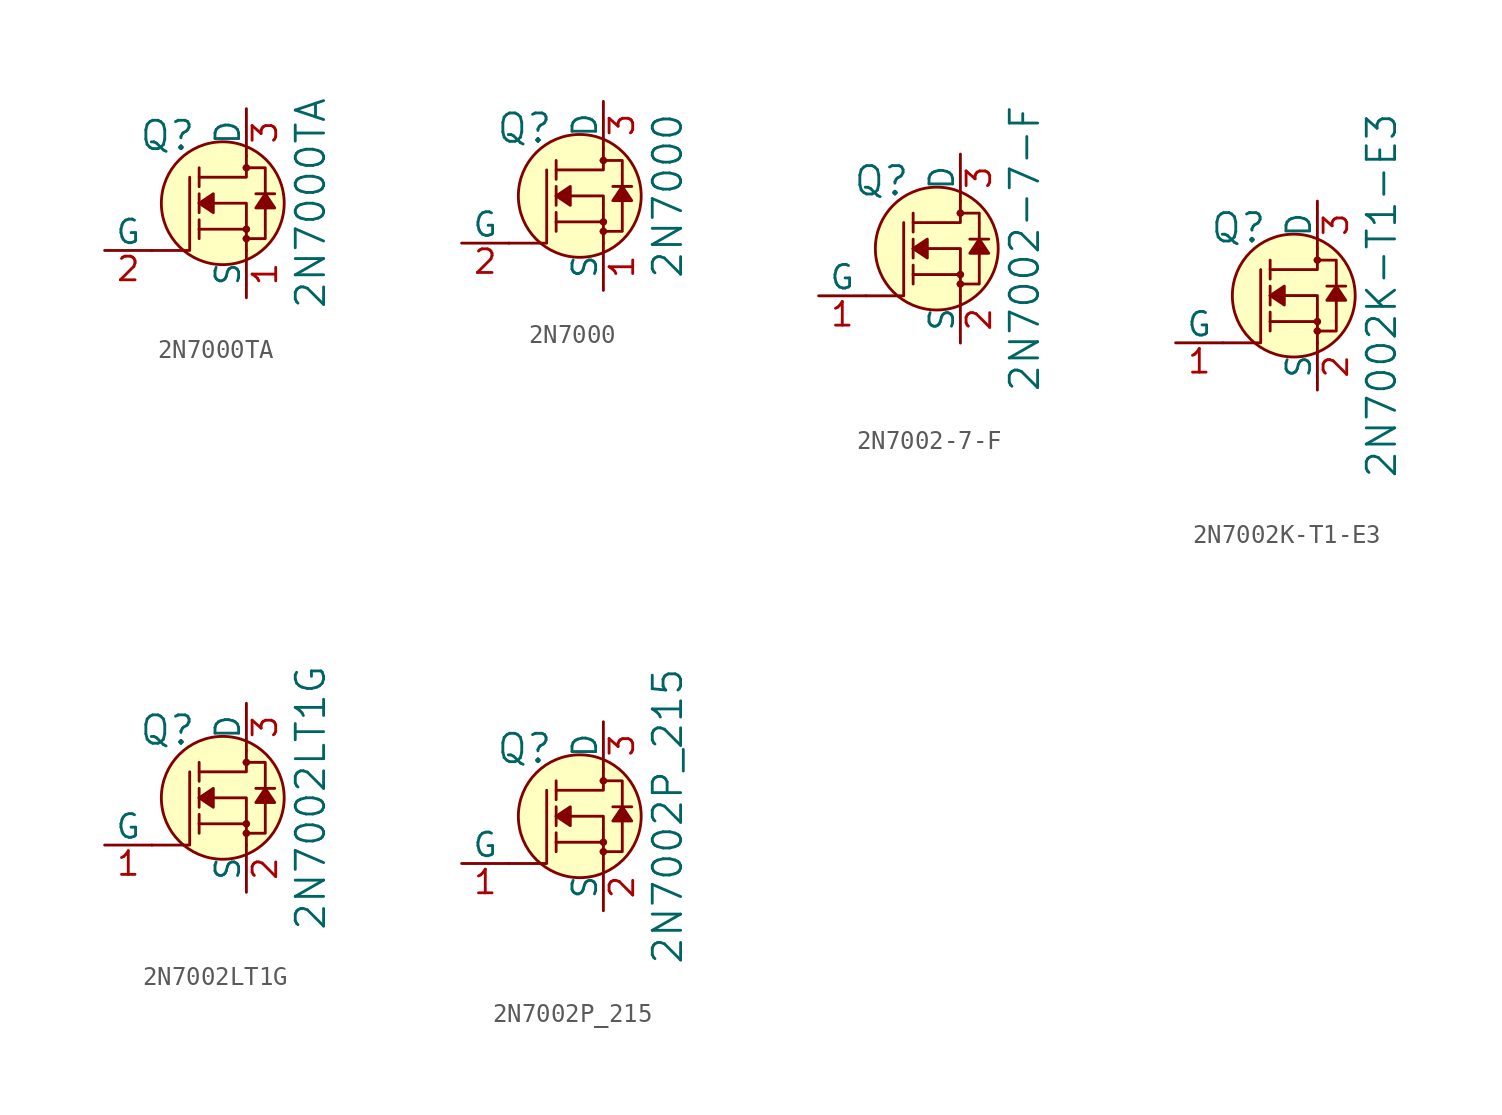
<source format=kicad_sym>
(kicad_symbol_lib
  (version 20201005)
  (generator kicad_symbol_editor)
  (symbol "2N7000TA"
    (pin_names
      (offset 0))
    (property "Reference" "Q"
      (at -2.692 3.632 0)
      (effects (font (size 1.524 1.524)) (justify right)))
    (property "Value" "2N7000TA"
      (at 3.454 0 90)
      (effects (font (size 1.524 1.524))))
    (symbol "2N7000TA_0_1"
      (circle (center -1.27 0) (radius 3.302) (stroke (width 0)) (fill (type background)))
      (circle (center 0 -1.905) (radius 0.127) (stroke (width 0)) (fill (type none)))
      (circle (center 0 -1.397) (radius 0.127) (stroke (width 0)) (fill (type none)))
      (circle (center 0 1.905) (radius 0.127) (stroke (width 0)) (fill (type none)))
      (polyline (pts (xy 0 -1.397) (xy -2.54 -1.397)) (stroke (width 0)) (fill (type none)))
      (polyline (pts (xy -5.08 -2.54) (xy -3.048 -2.54) (xy -3.048 1.397)) (stroke (width 0)) (fill (type none)))
      (polyline (pts (xy 0 -2.54) (xy 0 0) (xy -2.54 0)) (stroke (width 0)) (fill (type none)))
      (polyline (pts (xy 0 2.54) (xy 0 1.397) (xy -2.54 1.397)) (stroke (width 0)) (fill (type none)))
      (polyline (pts (xy -0.127 -1.905) (xy 1.016 -1.905) (xy 1.016 1.397) (xy 1.016 1.905) (xy -0.127 1.905)) (stroke (width 0)) (fill (type none))))
    (symbol "2N7000TA_1_1"
      (polyline (pts (xy -2.54 -1.397) (xy -2.54 -1.905)) (stroke (width 0)) (fill (type none)))
      (polyline (pts (xy -2.54 -1.397) (xy -2.54 -0.889)) (stroke (width 0)) (fill (type none)))
      (polyline (pts (xy -2.54 0) (xy -2.54 -0.508)) (stroke (width 0)) (fill (type none)))
      (polyline (pts (xy -2.54 0) (xy -2.54 0.508)) (stroke (width 0)) (fill (type none)))
      (polyline (pts (xy -2.54 1.905) (xy -2.54 0.889)) (stroke (width 0)) (fill (type none)))
      (polyline (pts (xy 1.524 0.508) (xy 0.508 0.508)) (stroke (width 0)) (fill (type none)))
      (polyline (pts (xy -2.54 0) (xy -1.778 0.508) (xy -1.778 -0.508) (xy -2.54 0)) (stroke (width 0)) (fill (type outline)))
      (polyline (pts (xy 1.016 0.508) (xy 0.508 -0.254) (xy 1.524 -0.254) (xy 1.016 0.508)) (stroke (width 0)) (fill (type outline)))
      (pin bidirectional line (at 0 -5.08 90) (length 2.54) (name "S" (effects (font (size 1.27 1.27)))) (number "1" (effects (font (size 1.27 1.27)))))
      (pin bidirectional line (at -7.62 -2.54 0) (length 2.54) (name "G" (effects (font (size 1.27 1.27)))) (number "2" (effects (font (size 1.27 1.27)))))
      (pin bidirectional line (at 0 5.08 270) (length 2.54) (name "D" (effects (font (size 1.27 1.27)))) (number "3" (effects (font (size 1.27 1.27)))))))
  (symbol "2N7000"
    (pin_names
      (offset 0))
    (property "Reference" "Q"
      (at -2.692 3.632 0)
      (effects (font (size 1.524 1.524)) (justify right)))
    (property "Value" "2N7000"
      (at 3.454 0 90)
      (effects (font (size 1.524 1.524))))
    (symbol "2N7000_0_1"
      (circle (center -1.27 0) (radius 3.302) (stroke (width 0)) (fill (type background)))
      (circle (center 0 -1.905) (radius 0.127) (stroke (width 0)) (fill (type none)))
      (circle (center 0 -1.397) (radius 0.127) (stroke (width 0)) (fill (type none)))
      (circle (center 0 1.905) (radius 0.127) (stroke (width 0)) (fill (type none)))
      (polyline (pts (xy 0 -1.397) (xy -2.54 -1.397)) (stroke (width 0)) (fill (type none)))
      (polyline (pts (xy -5.08 -2.54) (xy -3.048 -2.54) (xy -3.048 1.397)) (stroke (width 0)) (fill (type none)))
      (polyline (pts (xy 0 -2.54) (xy 0 0) (xy -2.54 0)) (stroke (width 0)) (fill (type none)))
      (polyline (pts (xy 0 2.54) (xy 0 1.397) (xy -2.54 1.397)) (stroke (width 0)) (fill (type none)))
      (polyline (pts (xy -0.127 -1.905) (xy 1.016 -1.905) (xy 1.016 1.397) (xy 1.016 1.905) (xy -0.127 1.905)) (stroke (width 0)) (fill (type none))))
    (symbol "2N7000_1_1"
      (polyline (pts (xy -2.54 -1.397) (xy -2.54 -1.905)) (stroke (width 0)) (fill (type none)))
      (polyline (pts (xy -2.54 -1.397) (xy -2.54 -0.889)) (stroke (width 0)) (fill (type none)))
      (polyline (pts (xy -2.54 0) (xy -2.54 -0.508)) (stroke (width 0)) (fill (type none)))
      (polyline (pts (xy -2.54 0) (xy -2.54 0.508)) (stroke (width 0)) (fill (type none)))
      (polyline (pts (xy -2.54 1.905) (xy -2.54 0.889)) (stroke (width 0)) (fill (type none)))
      (polyline (pts (xy 1.524 0.508) (xy 0.508 0.508)) (stroke (width 0)) (fill (type none)))
      (polyline (pts (xy -2.54 0) (xy -1.778 0.508) (xy -1.778 -0.508) (xy -2.54 0)) (stroke (width 0)) (fill (type outline)))
      (polyline (pts (xy 1.016 0.508) (xy 0.508 -0.254) (xy 1.524 -0.254) (xy 1.016 0.508)) (stroke (width 0)) (fill (type outline)))
      (pin bidirectional line (at 0 -5.08 90) (length 2.54) (name "S" (effects (font (size 1.27 1.27)))) (number "1" (effects (font (size 1.27 1.27)))))
      (pin bidirectional line (at -7.62 -2.54 0) (length 2.54) (name "G" (effects (font (size 1.27 1.27)))) (number "2" (effects (font (size 1.27 1.27)))))
      (pin bidirectional line (at 0 5.08 270) (length 2.54) (name "D" (effects (font (size 1.27 1.27)))) (number "3" (effects (font (size 1.27 1.27)))))))
  (symbol "2N7002-7-F"
    (pin_names
      (offset 0))
    (property "Reference" "Q"
      (at -2.692 3.632 0)
      (effects (font (size 1.524 1.524)) (justify right)))
    (property "Value" "2N7002-7-F"
      (at 3.454 0 90)
      (effects (font (size 1.524 1.524))))
    (symbol "2N7002-7-F_0_1"
      (circle (center -1.27 0) (radius 3.302) (stroke (width 0)) (fill (type background)))
      (circle (center 0 -1.905) (radius 0.127) (stroke (width 0)) (fill (type none)))
      (circle (center 0 -1.397) (radius 0.127) (stroke (width 0)) (fill (type none)))
      (circle (center 0 1.905) (radius 0.127) (stroke (width 0)) (fill (type none)))
      (polyline (pts (xy 0 -1.397) (xy -2.54 -1.397)) (stroke (width 0)) (fill (type none)))
      (polyline (pts (xy -5.08 -2.54) (xy -3.048 -2.54) (xy -3.048 1.397)) (stroke (width 0)) (fill (type none)))
      (polyline (pts (xy 0 -2.54) (xy 0 0) (xy -2.54 0)) (stroke (width 0)) (fill (type none)))
      (polyline (pts (xy 0 2.54) (xy 0 1.397) (xy -2.54 1.397)) (stroke (width 0)) (fill (type none)))
      (polyline (pts (xy -0.127 -1.905) (xy 1.016 -1.905) (xy 1.016 1.397) (xy 1.016 1.905) (xy -0.127 1.905)) (stroke (width 0)) (fill (type none))))
    (symbol "2N7002-7-F_1_1"
      (polyline (pts (xy -2.54 -1.397) (xy -2.54 -1.905)) (stroke (width 0)) (fill (type none)))
      (polyline (pts (xy -2.54 -1.397) (xy -2.54 -0.889)) (stroke (width 0)) (fill (type none)))
      (polyline (pts (xy -2.54 0) (xy -2.54 -0.508)) (stroke (width 0)) (fill (type none)))
      (polyline (pts (xy -2.54 0) (xy -2.54 0.508)) (stroke (width 0)) (fill (type none)))
      (polyline (pts (xy -2.54 1.905) (xy -2.54 0.889)) (stroke (width 0)) (fill (type none)))
      (polyline (pts (xy 1.524 0.508) (xy 0.508 0.508)) (stroke (width 0)) (fill (type none)))
      (polyline (pts (xy -2.54 0) (xy -1.778 0.508) (xy -1.778 -0.508) (xy -2.54 0)) (stroke (width 0)) (fill (type outline)))
      (polyline (pts (xy 1.016 0.508) (xy 0.508 -0.254) (xy 1.524 -0.254) (xy 1.016 0.508)) (stroke (width 0)) (fill (type outline)))
      (pin bidirectional line (at -7.62 -2.54 0) (length 2.54) (name "G" (effects (font (size 1.27 1.27)))) (number "1" (effects (font (size 1.27 1.27)))))
      (pin bidirectional line (at 0 -5.08 90) (length 2.54) (name "S" (effects (font (size 1.27 1.27)))) (number "2" (effects (font (size 1.27 1.27)))))
      (pin bidirectional line (at 0 5.08 270) (length 2.54) (name "D" (effects (font (size 1.27 1.27)))) (number "3" (effects (font (size 1.27 1.27)))))))
  (symbol "2N7002K-T1-E3"
    (pin_names
      (offset 0))
    (property "Reference" "Q"
      (at -2.692 3.632 0)
      (effects (font (size 1.524 1.524)) (justify right)))
    (property "Value" "2N7002K-T1-E3"
      (at 3.454 0 90)
      (effects (font (size 1.524 1.524))))
    (symbol "2N7002K-T1-E3_0_1"
      (circle (center -1.27 0) (radius 3.302) (stroke (width 0)) (fill (type background)))
      (circle (center 0 -1.905) (radius 0.127) (stroke (width 0)) (fill (type none)))
      (circle (center 0 -1.397) (radius 0.127) (stroke (width 0)) (fill (type none)))
      (circle (center 0 1.905) (radius 0.127) (stroke (width 0)) (fill (type none)))
      (polyline (pts (xy 0 -1.397) (xy -2.54 -1.397)) (stroke (width 0)) (fill (type none)))
      (polyline (pts (xy -5.08 -2.54) (xy -3.048 -2.54) (xy -3.048 1.397)) (stroke (width 0)) (fill (type none)))
      (polyline (pts (xy 0 -2.54) (xy 0 0) (xy -2.54 0)) (stroke (width 0)) (fill (type none)))
      (polyline (pts (xy 0 2.54) (xy 0 1.397) (xy -2.54 1.397)) (stroke (width 0)) (fill (type none)))
      (polyline (pts (xy -0.127 -1.905) (xy 1.016 -1.905) (xy 1.016 1.397) (xy 1.016 1.905) (xy -0.127 1.905)) (stroke (width 0)) (fill (type none))))
    (symbol "2N7002K-T1-E3_1_1"
      (polyline (pts (xy -2.54 -1.397) (xy -2.54 -1.905)) (stroke (width 0)) (fill (type none)))
      (polyline (pts (xy -2.54 -1.397) (xy -2.54 -0.889)) (stroke (width 0)) (fill (type none)))
      (polyline (pts (xy -2.54 0) (xy -2.54 -0.508)) (stroke (width 0)) (fill (type none)))
      (polyline (pts (xy -2.54 0) (xy -2.54 0.508)) (stroke (width 0)) (fill (type none)))
      (polyline (pts (xy -2.54 1.905) (xy -2.54 0.889)) (stroke (width 0)) (fill (type none)))
      (polyline (pts (xy 1.524 0.508) (xy 0.508 0.508)) (stroke (width 0)) (fill (type none)))
      (polyline (pts (xy -2.54 0) (xy -1.778 0.508) (xy -1.778 -0.508) (xy -2.54 0)) (stroke (width 0)) (fill (type outline)))
      (polyline (pts (xy 1.016 0.508) (xy 0.508 -0.254) (xy 1.524 -0.254) (xy 1.016 0.508)) (stroke (width 0)) (fill (type outline)))
      (pin bidirectional line (at -7.62 -2.54 0) (length 2.54) (name "G" (effects (font (size 1.27 1.27)))) (number "1" (effects (font (size 1.27 1.27)))))
      (pin bidirectional line (at 0 -5.08 90) (length 2.54) (name "S" (effects (font (size 1.27 1.27)))) (number "2" (effects (font (size 1.27 1.27)))))
      (pin bidirectional line (at 0 5.08 270) (length 2.54) (name "D" (effects (font (size 1.27 1.27)))) (number "3" (effects (font (size 1.27 1.27)))))))
  (symbol "2N7002LT1G"
    (pin_names
      (offset 0))
    (property "Reference" "Q"
      (at -2.692 3.632 0)
      (effects (font (size 1.524 1.524)) (justify right)))
    (property "Value" "2N7002LT1G"
      (at 3.454 0 90)
      (effects (font (size 1.524 1.524))))
    (symbol "2N7002LT1G_0_1"
      (circle (center -1.27 0) (radius 3.302) (stroke (width 0)) (fill (type background)))
      (circle (center 0 -1.905) (radius 0.127) (stroke (width 0)) (fill (type none)))
      (circle (center 0 -1.397) (radius 0.127) (stroke (width 0)) (fill (type none)))
      (circle (center 0 1.905) (radius 0.127) (stroke (width 0)) (fill (type none)))
      (polyline (pts (xy 0 -1.397) (xy -2.54 -1.397)) (stroke (width 0)) (fill (type none)))
      (polyline (pts (xy -5.08 -2.54) (xy -3.048 -2.54) (xy -3.048 1.397)) (stroke (width 0)) (fill (type none)))
      (polyline (pts (xy 0 -2.54) (xy 0 0) (xy -2.54 0)) (stroke (width 0)) (fill (type none)))
      (polyline (pts (xy 0 2.54) (xy 0 1.397) (xy -2.54 1.397)) (stroke (width 0)) (fill (type none)))
      (polyline (pts (xy -0.127 -1.905) (xy 1.016 -1.905) (xy 1.016 1.397) (xy 1.016 1.905) (xy -0.127 1.905)) (stroke (width 0)) (fill (type none))))
    (symbol "2N7002LT1G_1_1"
      (polyline (pts (xy -2.54 -1.397) (xy -2.54 -1.905)) (stroke (width 0)) (fill (type none)))
      (polyline (pts (xy -2.54 -1.397) (xy -2.54 -0.889)) (stroke (width 0)) (fill (type none)))
      (polyline (pts (xy -2.54 0) (xy -2.54 -0.508)) (stroke (width 0)) (fill (type none)))
      (polyline (pts (xy -2.54 0) (xy -2.54 0.508)) (stroke (width 0)) (fill (type none)))
      (polyline (pts (xy -2.54 1.905) (xy -2.54 0.889)) (stroke (width 0)) (fill (type none)))
      (polyline (pts (xy 1.524 0.508) (xy 0.508 0.508)) (stroke (width 0)) (fill (type none)))
      (polyline (pts (xy -2.54 0) (xy -1.778 0.508) (xy -1.778 -0.508) (xy -2.54 0)) (stroke (width 0)) (fill (type outline)))
      (polyline (pts (xy 1.016 0.508) (xy 0.508 -0.254) (xy 1.524 -0.254) (xy 1.016 0.508)) (stroke (width 0)) (fill (type outline)))
      (pin bidirectional line (at -7.62 -2.54 0) (length 2.54) (name "G" (effects (font (size 1.27 1.27)))) (number "1" (effects (font (size 1.27 1.27)))))
      (pin bidirectional line (at 0 -5.08 90) (length 2.54) (name "S" (effects (font (size 1.27 1.27)))) (number "2" (effects (font (size 1.27 1.27)))))
      (pin bidirectional line (at 0 5.08 270) (length 2.54) (name "D" (effects (font (size 1.27 1.27)))) (number "3" (effects (font (size 1.27 1.27)))))))
  (symbol "2N7002P_215"
    (pin_names
      (offset 0))
    (property "Reference" "Q"
      (at -2.692 3.632 0)
      (effects (font (size 1.524 1.524)) (justify right)))
    (property "Value" "2N7002P_215"
      (at 3.454 0 90)
      (effects (font (size 1.524 1.524))))
    (symbol "2N7002P_215_0_1"
      (circle (center -1.27 0) (radius 3.302) (stroke (width 0)) (fill (type background)))
      (circle (center 0 -1.905) (radius 0.127) (stroke (width 0)) (fill (type none)))
      (circle (center 0 -1.397) (radius 0.127) (stroke (width 0)) (fill (type none)))
      (circle (center 0 1.905) (radius 0.127) (stroke (width 0)) (fill (type none)))
      (polyline (pts (xy 0 -1.397) (xy -2.54 -1.397)) (stroke (width 0)) (fill (type none)))
      (polyline (pts (xy -5.08 -2.54) (xy -3.048 -2.54) (xy -3.048 1.397)) (stroke (width 0)) (fill (type none)))
      (polyline (pts (xy 0 -2.54) (xy 0 0) (xy -2.54 0)) (stroke (width 0)) (fill (type none)))
      (polyline (pts (xy 0 2.54) (xy 0 1.397) (xy -2.54 1.397)) (stroke (width 0)) (fill (type none)))
      (polyline (pts (xy -0.127 -1.905) (xy 1.016 -1.905) (xy 1.016 1.397) (xy 1.016 1.905) (xy -0.127 1.905)) (stroke (width 0)) (fill (type none))))
    (symbol "2N7002P_215_1_1"
      (polyline (pts (xy -2.54 -1.397) (xy -2.54 -1.905)) (stroke (width 0)) (fill (type none)))
      (polyline (pts (xy -2.54 -1.397) (xy -2.54 -0.889)) (stroke (width 0)) (fill (type none)))
      (polyline (pts (xy -2.54 0) (xy -2.54 -0.508)) (stroke (width 0)) (fill (type none)))
      (polyline (pts (xy -2.54 0) (xy -2.54 0.508)) (stroke (width 0)) (fill (type none)))
      (polyline (pts (xy -2.54 1.905) (xy -2.54 0.889)) (stroke (width 0)) (fill (type none)))
      (polyline (pts (xy 1.524 0.508) (xy 0.508 0.508)) (stroke (width 0)) (fill (type none)))
      (polyline (pts (xy -2.54 0) (xy -1.778 0.508) (xy -1.778 -0.508) (xy -2.54 0)) (stroke (width 0)) (fill (type outline)))
      (polyline (pts (xy 1.016 0.508) (xy 0.508 -0.254) (xy 1.524 -0.254) (xy 1.016 0.508)) (stroke (width 0)) (fill (type outline)))
      (pin bidirectional line (at -7.62 -2.54 0) (length 2.54) (name "G" (effects (font (size 1.27 1.27)))) (number "1" (effects (font (size 1.27 1.27)))))
      (pin bidirectional line (at 0 -5.08 90) (length 2.54) (name "S" (effects (font (size 1.27 1.27)))) (number "2" (effects (font (size 1.27 1.27)))))
      (pin bidirectional line (at 0 5.08 270) (length 2.54) (name "D" (effects (font (size 1.27 1.27)))) (number "3" (effects (font (size 1.27 1.27))))))))
</source>
